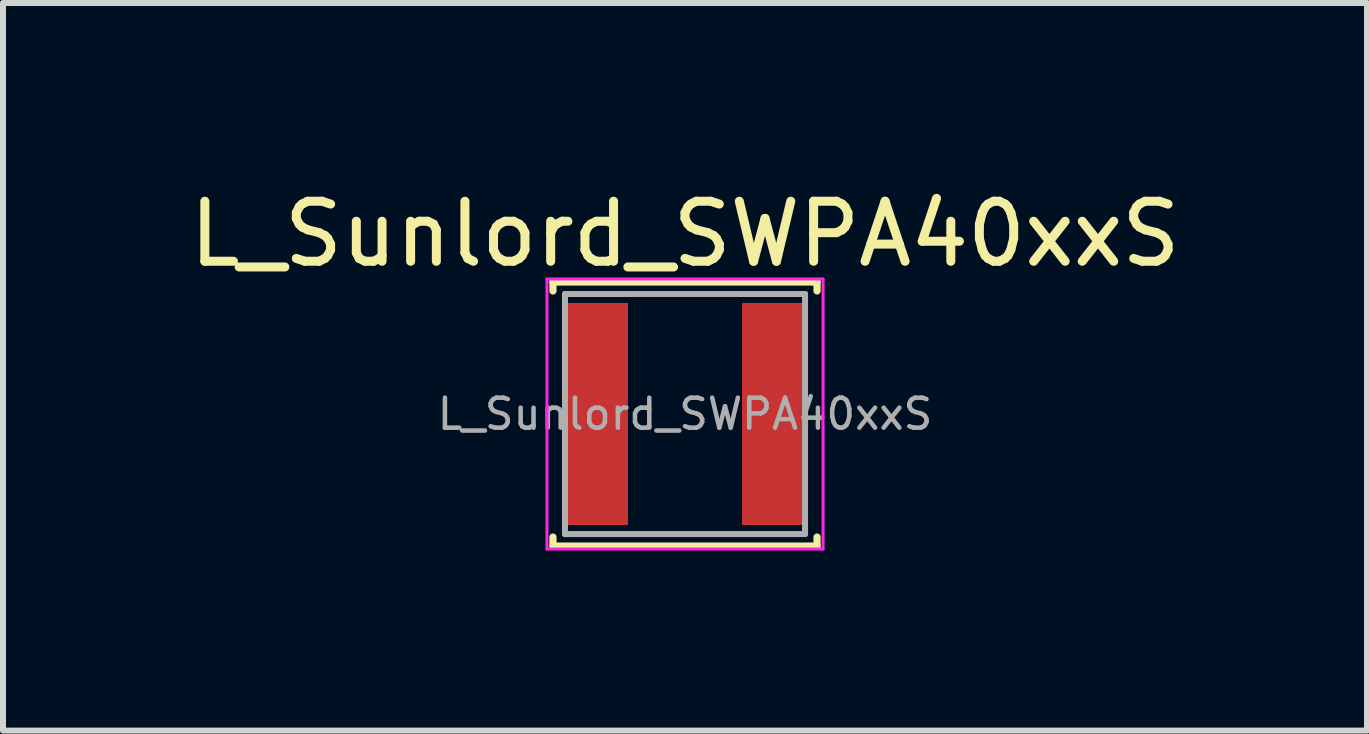
<source format=kicad_pcb>
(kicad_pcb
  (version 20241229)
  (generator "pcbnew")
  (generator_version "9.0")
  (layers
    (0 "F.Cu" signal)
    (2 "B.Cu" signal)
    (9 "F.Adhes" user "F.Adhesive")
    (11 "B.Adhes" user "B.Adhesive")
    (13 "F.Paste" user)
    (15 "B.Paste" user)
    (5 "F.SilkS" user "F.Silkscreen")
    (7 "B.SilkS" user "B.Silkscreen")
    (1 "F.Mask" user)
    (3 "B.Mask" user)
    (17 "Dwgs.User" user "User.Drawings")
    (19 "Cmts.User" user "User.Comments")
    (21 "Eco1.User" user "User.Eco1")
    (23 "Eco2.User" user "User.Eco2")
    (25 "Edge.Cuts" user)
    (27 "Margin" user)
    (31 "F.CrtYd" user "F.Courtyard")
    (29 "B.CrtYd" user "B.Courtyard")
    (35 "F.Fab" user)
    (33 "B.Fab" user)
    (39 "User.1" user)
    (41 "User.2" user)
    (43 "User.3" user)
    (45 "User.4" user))
  (footprint "L_Sunlord_SWPA40xxS"
    (layer "F.Cu")
    (at 8.363 3.848)
    (property "Reference" "L_Sunlord_SWPA40xxS" (at 0 -3 0) (layer "F.SilkS") (effects (font (size 1 1) (thickness 0.15))))
    (attr smd)
    (fp_line (start -2.2 -2.2) (end -2.2 -2.05) (stroke (width 0.12) (type solid)) (layer "F.SilkS"))
    (fp_line (start -2.2 -2.2) (end 2.2 -2.2) (stroke (width 0.12) (type solid)) (layer "F.SilkS"))
    (fp_line (start -2.2 2.2) (end -2.2 2.05) (stroke (width 0.12) (type solid)) (layer "F.SilkS"))
    (fp_line (start -2.2 2.2) (end 2.2 2.2) (stroke (width 0.12) (type solid)) (layer "F.SilkS"))
    (fp_line (start 2.2 -2.2) (end 2.2 -2.05) (stroke (width 0.12) (type solid)) (layer "F.SilkS"))
    (fp_line (start 2.2 2.2) (end 2.2 2.05) (stroke (width 0.12) (type solid)) (layer "F.SilkS"))
    (fp_line (start -2.3 -2.25) (end -2.3 2.25) (stroke (width 0.05) (type solid)) (layer "F.CrtYd"))
    (fp_line (start -2.3 2.25) (end 2.3 2.25) (stroke (width 0.05) (type solid)) (layer "F.CrtYd"))
    (fp_line (start 2.3 -2.25) (end -2.3 -2.25) (stroke (width 0.05) (type solid)) (layer "F.CrtYd"))
    (fp_line (start 2.3 2.25) (end 2.3 -2.25) (stroke (width 0.05) (type solid)) (layer "F.CrtYd"))
    (fp_line (start -2 -2) (end -2 2) (stroke (width 0.1) (type solid)) (layer "F.Fab"))
    (fp_line (start -2 2) (end 2 2) (stroke (width 0.1) (type solid)) (layer "F.Fab"))
    (fp_line (start 2 -2) (end -2 -2) (stroke (width 0.1) (type solid)) (layer "F.Fab"))
    (fp_line (start 2 2) (end 2 -2) (stroke (width 0.1) (type solid)) (layer "F.Fab"))
    (fp_text user "${REFERENCE}" (at 0 0 0) (layer "F.Fab") (effects (font (size 0.5 0.5) (thickness 0.075))))
    (pad "1" smd rect (at -1.5 0) (size 1.1 3.7) (layers "F.Cu" "F.Mask" "F.Paste"))
    (pad "2" smd rect (at 1.5 0) (size 1.1 3.7) (layers "F.Cu" "F.Mask" "F.Paste")))
  (gr_rect
    (start -3 -3)
    (end 19.726 9.123)
    (stroke (width 0.1) (type default))
    (fill no)
    (layer "Edge.Cuts")))
</source>
